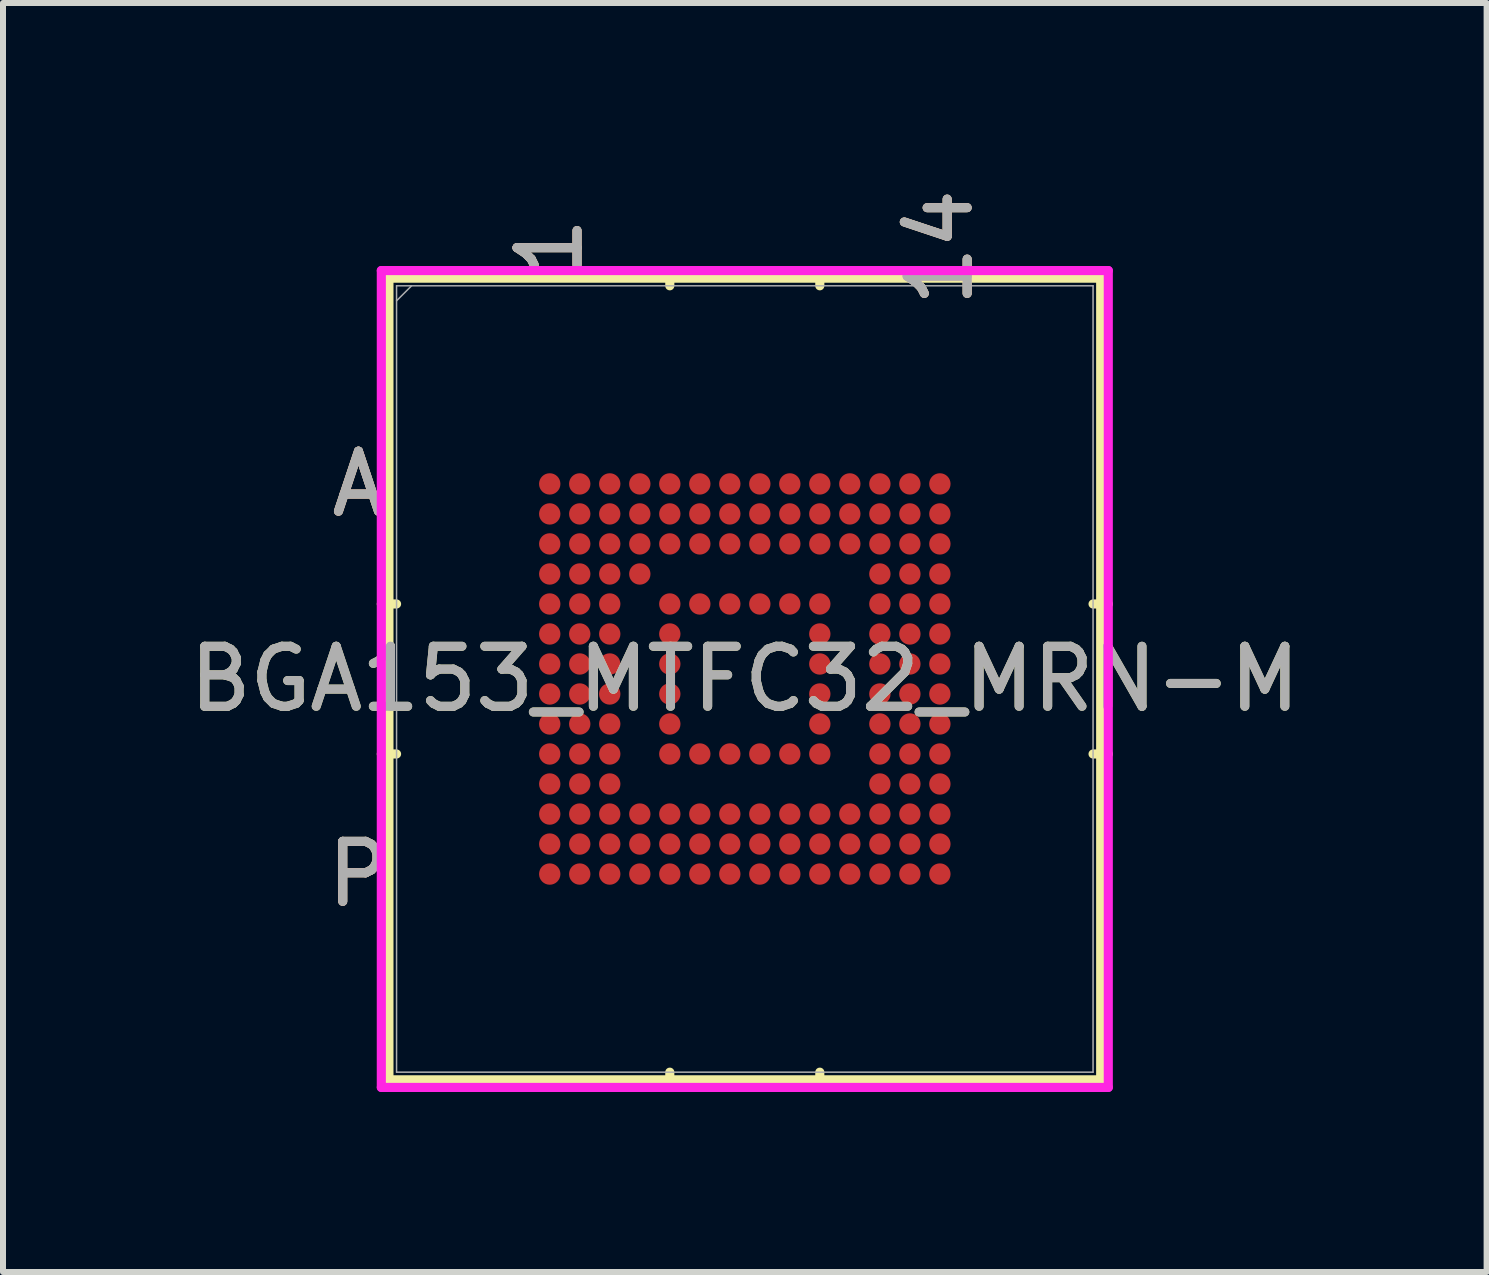
<source format=kicad_pcb>
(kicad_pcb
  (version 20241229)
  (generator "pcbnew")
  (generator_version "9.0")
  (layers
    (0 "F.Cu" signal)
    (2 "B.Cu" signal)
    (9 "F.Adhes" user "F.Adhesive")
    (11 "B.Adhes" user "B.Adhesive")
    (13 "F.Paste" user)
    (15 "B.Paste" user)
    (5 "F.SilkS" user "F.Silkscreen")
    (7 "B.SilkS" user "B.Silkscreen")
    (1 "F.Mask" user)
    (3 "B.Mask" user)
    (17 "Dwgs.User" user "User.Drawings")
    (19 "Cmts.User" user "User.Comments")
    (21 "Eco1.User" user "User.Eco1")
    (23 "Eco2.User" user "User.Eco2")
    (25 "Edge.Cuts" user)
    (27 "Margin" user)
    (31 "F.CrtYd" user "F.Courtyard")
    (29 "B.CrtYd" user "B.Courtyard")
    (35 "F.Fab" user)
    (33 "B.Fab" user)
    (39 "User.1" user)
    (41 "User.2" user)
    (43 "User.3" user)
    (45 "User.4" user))
  (footprint "BGA153_MTFC32_MRN-M"
    (layer "F.Cu")
    (at 9.363 8.266)
    (property "Reference" "BGA153_MTFC32_MRN-M" (at 0 0 0) (unlocked yes) (layer "F.SilkS") (effects (font (size 1 1) (thickness 0.15))))
    (attr smd)
    (fp_line (start -5.931 -6.68) (end -5.931 6.68) (stroke (width 0.152) (type solid)) (layer "F.SilkS"))
    (fp_line (start -5.931 6.68) (end 5.931 6.68) (stroke (width 0.152) (type solid)) (layer "F.SilkS"))
    (fp_line (start -5.804 -1.25) (end -6.058 -1.25) (stroke (width 0.152) (type solid)) (layer "F.SilkS"))
    (fp_line (start -5.804 1.25) (end -6.058 1.25) (stroke (width 0.152) (type solid)) (layer "F.SilkS"))
    (fp_line (start -1.25 -6.553) (end -1.25 -6.807) (stroke (width 0.152) (type solid)) (layer "F.SilkS"))
    (fp_line (start -1.25 6.553) (end -1.25 6.807) (stroke (width 0.152) (type solid)) (layer "F.SilkS"))
    (fp_line (start 1.25 -6.553) (end 1.25 -6.807) (stroke (width 0.152) (type solid)) (layer "F.SilkS"))
    (fp_line (start 1.25 6.553) (end 1.25 6.807) (stroke (width 0.152) (type solid)) (layer "F.SilkS"))
    (fp_line (start 5.804 -1.25) (end 6.058 -1.25) (stroke (width 0.152) (type solid)) (layer "F.SilkS"))
    (fp_line (start 5.804 1.25) (end 6.058 1.25) (stroke (width 0.152) (type solid)) (layer "F.SilkS"))
    (fp_line (start 5.931 -6.68) (end -5.931 -6.68) (stroke (width 0.152) (type solid)) (layer "F.SilkS"))
    (fp_line (start 5.931 6.68) (end 5.931 -6.68) (stroke (width 0.152) (type solid)) (layer "F.SilkS"))
    (fp_poly (pts (xy -3.945 -3.945) (xy 3.945 -3.945) (xy 3.945 3.945) (xy -3.945 3.945)) (stroke (width 0.1) (type solid)) (fill no) (layer "Eco2.User"))
    (fp_line (start -6.058 -6.807) (end 6.058 -6.807) (stroke (width 0.152) (type solid)) (layer "F.CrtYd"))
    (fp_line (start -6.058 6.807) (end -6.058 -6.807) (stroke (width 0.152) (type solid)) (layer "F.CrtYd"))
    (fp_line (start 6.058 -6.807) (end 6.058 6.807) (stroke (width 0.152) (type solid)) (layer "F.CrtYd"))
    (fp_line (start 6.058 6.807) (end -6.058 6.807) (stroke (width 0.152) (type solid)) (layer "F.CrtYd"))
    (fp_line (start -5.804 -6.553) (end -5.804 6.553) (stroke (width 0.025) (type solid)) (layer "F.Fab"))
    (fp_line (start -5.804 6.553) (end 5.804 6.553) (stroke (width 0.025) (type solid)) (layer "F.Fab"))
    (fp_line (start -5.554 -6.553) (end -5.804 -6.303) (stroke (width 0.025) (type solid)) (layer "F.Fab"))
    (fp_line (start 5.804 -6.553) (end -5.804 -6.553) (stroke (width 0.025) (type solid)) (layer "F.Fab"))
    (fp_line (start 5.804 6.553) (end 5.804 -6.553) (stroke (width 0.025) (type solid)) (layer "F.Fab"))
    (fp_text user "P" (at -6.439 3.251 0) (unlocked yes) (layer "F.SilkS") (effects (font (size 1 1) (thickness 0.15))))
    (fp_text user "1" (at -3.251 -7.188 90) (unlocked yes) (layer "F.SilkS") (effects (font (size 1 1) (thickness 0.15))))
    (fp_text user "14" (at 3.251 -7.188 90) (unlocked yes) (layer "F.SilkS") (effects (font (size 1 1) (thickness 0.15))))
    (fp_text user "A" (at -6.439 -3.251 0) (unlocked yes) (layer "F.SilkS") (effects (font (size 1 1) (thickness 0.15))))
    (fp_text user "P" (at -6.439 3.251 0) (unlocked yes) (layer "B.SilkS") (effects (font (size 1 1) (thickness 0.15))))
    (fp_text user "1" (at -3.251 -7.188 90) (unlocked yes) (layer "B.SilkS") (effects (font (size 1 1) (thickness 0.15))))
    (fp_text user "A" (at -6.439 -3.251 0) (unlocked yes) (layer "B.SilkS") (effects (font (size 1 1) (thickness 0.15))))
    (fp_text user "14" (at 3.251 -7.188 90) (unlocked yes) (layer "B.SilkS") (effects (font (size 1 1) (thickness 0.15))))
    (fp_text user "1" (at -3.251 -7.188 90) (unlocked yes) (layer "F.Fab") (effects (font (size 1 1) (thickness 0.15))))
    (fp_text user "14" (at 3.251 -7.188 90) (unlocked yes) (layer "F.Fab") (effects (font (size 1 1) (thickness 0.15))))
    (fp_text user "${REFERENCE}" (at 0 0 0) (unlocked yes) (layer "F.Fab") (effects (font (size 1 1) (thickness 0.15))))
    (fp_text user "A" (at -6.439 -3.251 0) (unlocked yes) (layer "F.Fab") (effects (font (size 1 1) (thickness 0.15))))
    (fp_text user "P" (at -6.439 3.251 0) (unlocked yes) (layer "F.Fab") (effects (font (size 1 1) (thickness 0.15))))
    (pad "A1" smd circle (at -3.251 -3.251) (size 0.356 0.356) (layers "F.Cu" "F.Mask" "F.Paste"))
    (pad "A2" smd circle (at -2.751 -3.251) (size 0.356 0.356) (layers "F.Cu" "F.Mask" "F.Paste"))
    (pad "A3" smd circle (at -2.251 -3.251) (size 0.356 0.356) (layers "F.Cu" "F.Mask" "F.Paste"))
    (pad "A4" smd circle (at -1.75 -3.251) (size 0.356 0.356) (layers "F.Cu" "F.Mask" "F.Paste"))
    (pad "A5" smd circle (at -1.25 -3.251) (size 0.356 0.356) (layers "F.Cu" "F.Mask" "F.Paste"))
    (pad "A6" smd circle (at -0.75 -3.251) (size 0.356 0.356) (layers "F.Cu" "F.Mask" "F.Paste"))
    (pad "A7" smd circle (at -0.25 -3.251) (size 0.356 0.356) (layers "F.Cu" "F.Mask" "F.Paste"))
    (pad "A8" smd circle (at 0.25 -3.251) (size 0.356 0.356) (layers "F.Cu" "F.Mask" "F.Paste"))
    (pad "A9" smd circle (at 0.75 -3.251) (size 0.356 0.356) (layers "F.Cu" "F.Mask" "F.Paste"))
    (pad "A10" smd circle (at 1.25 -3.251) (size 0.356 0.356) (layers "F.Cu" "F.Mask" "F.Paste"))
    (pad "A11" smd circle (at 1.75 -3.251) (size 0.356 0.356) (layers "F.Cu" "F.Mask" "F.Paste"))
    (pad "A12" smd circle (at 2.251 -3.251) (size 0.356 0.356) (layers "F.Cu" "F.Mask" "F.Paste"))
    (pad "A13" smd circle (at 2.751 -3.251) (size 0.356 0.356) (layers "F.Cu" "F.Mask" "F.Paste"))
    (pad "A14" smd circle (at 3.251 -3.251) (size 0.356 0.356) (layers "F.Cu" "F.Mask" "F.Paste"))
    (pad "B1" smd circle (at -3.251 -2.751) (size 0.356 0.356) (layers "F.Cu" "F.Mask" "F.Paste"))
    (pad "B2" smd circle (at -2.751 -2.751) (size 0.356 0.356) (layers "F.Cu" "F.Mask" "F.Paste"))
    (pad "B3" smd circle (at -2.251 -2.751) (size 0.356 0.356) (layers "F.Cu" "F.Mask" "F.Paste"))
    (pad "B4" smd circle (at -1.75 -2.751) (size 0.356 0.356) (layers "F.Cu" "F.Mask" "F.Paste"))
    (pad "B5" smd circle (at -1.25 -2.751) (size 0.356 0.356) (layers "F.Cu" "F.Mask" "F.Paste"))
    (pad "B6" smd circle (at -0.75 -2.751) (size 0.356 0.356) (layers "F.Cu" "F.Mask" "F.Paste"))
    (pad "B7" smd circle (at -0.25 -2.751) (size 0.356 0.356) (layers "F.Cu" "F.Mask" "F.Paste"))
    (pad "B8" smd circle (at 0.25 -2.751) (size 0.356 0.356) (layers "F.Cu" "F.Mask" "F.Paste"))
    (pad "B9" smd circle (at 0.75 -2.751) (size 0.356 0.356) (layers "F.Cu" "F.Mask" "F.Paste"))
    (pad "B10" smd circle (at 1.25 -2.751) (size 0.356 0.356) (layers "F.Cu" "F.Mask" "F.Paste"))
    (pad "B11" smd circle (at 1.75 -2.751) (size 0.356 0.356) (layers "F.Cu" "F.Mask" "F.Paste"))
    (pad "B12" smd circle (at 2.251 -2.751) (size 0.356 0.356) (layers "F.Cu" "F.Mask" "F.Paste"))
    (pad "B13" smd circle (at 2.751 -2.751) (size 0.356 0.356) (layers "F.Cu" "F.Mask" "F.Paste"))
    (pad "B14" smd circle (at 3.251 -2.751) (size 0.356 0.356) (layers "F.Cu" "F.Mask" "F.Paste"))
    (pad "C1" smd circle (at -3.251 -2.251) (size 0.356 0.356) (layers "F.Cu" "F.Mask" "F.Paste"))
    (pad "C2" smd circle (at -2.751 -2.251) (size 0.356 0.356) (layers "F.Cu" "F.Mask" "F.Paste"))
    (pad "C3" smd circle (at -2.251 -2.251) (size 0.356 0.356) (layers "F.Cu" "F.Mask" "F.Paste"))
    (pad "C4" smd circle (at -1.75 -2.251) (size 0.356 0.356) (layers "F.Cu" "F.Mask" "F.Paste"))
    (pad "C5" smd circle (at -1.25 -2.251) (size 0.356 0.356) (layers "F.Cu" "F.Mask" "F.Paste"))
    (pad "C6" smd circle (at -0.75 -2.251) (size 0.356 0.356) (layers "F.Cu" "F.Mask" "F.Paste"))
    (pad "C7" smd circle (at -0.25 -2.251) (size 0.356 0.356) (layers "F.Cu" "F.Mask" "F.Paste"))
    (pad "C8" smd circle (at 0.25 -2.251) (size 0.356 0.356) (layers "F.Cu" "F.Mask" "F.Paste"))
    (pad "C9" smd circle (at 0.75 -2.251) (size 0.356 0.356) (layers "F.Cu" "F.Mask" "F.Paste"))
    (pad "C10" smd circle (at 1.25 -2.251) (size 0.356 0.356) (layers "F.Cu" "F.Mask" "F.Paste"))
    (pad "C11" smd circle (at 1.75 -2.251) (size 0.356 0.356) (layers "F.Cu" "F.Mask" "F.Paste"))
    (pad "C12" smd circle (at 2.251 -2.251) (size 0.356 0.356) (layers "F.Cu" "F.Mask" "F.Paste"))
    (pad "C13" smd circle (at 2.751 -2.251) (size 0.356 0.356) (layers "F.Cu" "F.Mask" "F.Paste"))
    (pad "C14" smd circle (at 3.251 -2.251) (size 0.356 0.356) (layers "F.Cu" "F.Mask" "F.Paste"))
    (pad "D1" smd circle (at -3.251 -1.75) (size 0.356 0.356) (layers "F.Cu" "F.Mask" "F.Paste"))
    (pad "D2" smd circle (at -2.751 -1.75) (size 0.356 0.356) (layers "F.Cu" "F.Mask" "F.Paste"))
    (pad "D3" smd circle (at -2.251 -1.75) (size 0.356 0.356) (layers "F.Cu" "F.Mask" "F.Paste"))
    (pad "D4" smd circle (at -1.75 -1.75) (size 0.356 0.356) (layers "F.Cu" "F.Mask" "F.Paste"))
    (pad "D12" smd circle (at 2.251 -1.75) (size 0.356 0.356) (layers "F.Cu" "F.Mask" "F.Paste"))
    (pad "D13" smd circle (at 2.751 -1.75) (size 0.356 0.356) (layers "F.Cu" "F.Mask" "F.Paste"))
    (pad "D14" smd circle (at 3.251 -1.75) (size 0.356 0.356) (layers "F.Cu" "F.Mask" "F.Paste"))
    (pad "E1" smd circle (at -3.251 -1.25) (size 0.356 0.356) (layers "F.Cu" "F.Mask" "F.Paste"))
    (pad "E2" smd circle (at -2.751 -1.25) (size 0.356 0.356) (layers "F.Cu" "F.Mask" "F.Paste"))
    (pad "E3" smd circle (at -2.251 -1.25) (size 0.356 0.356) (layers "F.Cu" "F.Mask" "F.Paste"))
    (pad "E5" smd circle (at -1.25 -1.25) (size 0.356 0.356) (layers "F.Cu" "F.Mask" "F.Paste"))
    (pad "E6" smd circle (at -0.75 -1.25) (size 0.356 0.356) (layers "F.Cu" "F.Mask" "F.Paste"))
    (pad "E7" smd circle (at -0.25 -1.25) (size 0.356 0.356) (layers "F.Cu" "F.Mask" "F.Paste"))
    (pad "E8" smd circle (at 0.25 -1.25) (size 0.356 0.356) (layers "F.Cu" "F.Mask" "F.Paste"))
    (pad "E9" smd circle (at 0.75 -1.25) (size 0.356 0.356) (layers "F.Cu" "F.Mask" "F.Paste"))
    (pad "E10" smd circle (at 1.25 -1.25) (size 0.356 0.356) (layers "F.Cu" "F.Mask" "F.Paste"))
    (pad "E12" smd circle (at 2.251 -1.25) (size 0.356 0.356) (layers "F.Cu" "F.Mask" "F.Paste"))
    (pad "E13" smd circle (at 2.751 -1.25) (size 0.356 0.356) (layers "F.Cu" "F.Mask" "F.Paste"))
    (pad "E14" smd circle (at 3.251 -1.25) (size 0.356 0.356) (layers "F.Cu" "F.Mask" "F.Paste"))
    (pad "F1" smd circle (at -3.251 -0.75) (size 0.356 0.356) (layers "F.Cu" "F.Mask" "F.Paste"))
    (pad "F2" smd circle (at -2.751 -0.75) (size 0.356 0.356) (layers "F.Cu" "F.Mask" "F.Paste"))
    (pad "F3" smd circle (at -2.251 -0.75) (size 0.356 0.356) (layers "F.Cu" "F.Mask" "F.Paste"))
    (pad "F5" smd circle (at -1.25 -0.75) (size 0.356 0.356) (layers "F.Cu" "F.Mask" "F.Paste"))
    (pad "F10" smd circle (at 1.25 -0.75) (size 0.356 0.356) (layers "F.Cu" "F.Mask" "F.Paste"))
    (pad "F12" smd circle (at 2.251 -0.75) (size 0.356 0.356) (layers "F.Cu" "F.Mask" "F.Paste"))
    (pad "F13" smd circle (at 2.751 -0.75) (size 0.356 0.356) (layers "F.Cu" "F.Mask" "F.Paste"))
    (pad "F14" smd circle (at 3.251 -0.75) (size 0.356 0.356) (layers "F.Cu" "F.Mask" "F.Paste"))
    (pad "G1" smd circle (at -3.251 -0.25) (size 0.356 0.356) (layers "F.Cu" "F.Mask" "F.Paste"))
    (pad "G2" smd circle (at -2.751 -0.25) (size 0.356 0.356) (layers "F.Cu" "F.Mask" "F.Paste"))
    (pad "G3" smd circle (at -2.251 -0.25) (size 0.356 0.356) (layers "F.Cu" "F.Mask" "F.Paste"))
    (pad "G5" smd circle (at -1.25 -0.25) (size 0.356 0.356) (layers "F.Cu" "F.Mask" "F.Paste"))
    (pad "G10" smd circle (at 1.25 -0.25) (size 0.356 0.356) (layers "F.Cu" "F.Mask" "F.Paste"))
    (pad "G12" smd circle (at 2.251 -0.25) (size 0.356 0.356) (layers "F.Cu" "F.Mask" "F.Paste"))
    (pad "G13" smd circle (at 2.751 -0.25) (size 0.356 0.356) (layers "F.Cu" "F.Mask" "F.Paste"))
    (pad "G14" smd circle (at 3.251 -0.25) (size 0.356 0.356) (layers "F.Cu" "F.Mask" "F.Paste"))
    (pad "H1" smd circle (at -3.251 0.25) (size 0.356 0.356) (layers "F.Cu" "F.Mask" "F.Paste"))
    (pad "H2" smd circle (at -2.751 0.25) (size 0.356 0.356) (layers "F.Cu" "F.Mask" "F.Paste"))
    (pad "H3" smd circle (at -2.251 0.25) (size 0.356 0.356) (layers "F.Cu" "F.Mask" "F.Paste"))
    (pad "H5" smd circle (at -1.25 0.25) (size 0.356 0.356) (layers "F.Cu" "F.Mask" "F.Paste"))
    (pad "H10" smd circle (at 1.25 0.25) (size 0.356 0.356) (layers "F.Cu" "F.Mask" "F.Paste"))
    (pad "H12" smd circle (at 2.251 0.25) (size 0.356 0.356) (layers "F.Cu" "F.Mask" "F.Paste"))
    (pad "H13" smd circle (at 2.751 0.25) (size 0.356 0.356) (layers "F.Cu" "F.Mask" "F.Paste"))
    (pad "H14" smd circle (at 3.251 0.25) (size 0.356 0.356) (layers "F.Cu" "F.Mask" "F.Paste"))
    (pad "J1" smd circle (at -3.251 0.75) (size 0.356 0.356) (layers "F.Cu" "F.Mask" "F.Paste"))
    (pad "J2" smd circle (at -2.751 0.75) (size 0.356 0.356) (layers "F.Cu" "F.Mask" "F.Paste"))
    (pad "J3" smd circle (at -2.251 0.75) (size 0.356 0.356) (layers "F.Cu" "F.Mask" "F.Paste"))
    (pad "J5" smd circle (at -1.25 0.75) (size 0.356 0.356) (layers "F.Cu" "F.Mask" "F.Paste"))
    (pad "J10" smd circle (at 1.25 0.75) (size 0.356 0.356) (layers "F.Cu" "F.Mask" "F.Paste"))
    (pad "J12" smd circle (at 2.251 0.75) (size 0.356 0.356) (layers "F.Cu" "F.Mask" "F.Paste"))
    (pad "J13" smd circle (at 2.751 0.75) (size 0.356 0.356) (layers "F.Cu" "F.Mask" "F.Paste"))
    (pad "J14" smd circle (at 3.251 0.75) (size 0.356 0.356) (layers "F.Cu" "F.Mask" "F.Paste"))
    (pad "K1" smd circle (at -3.251 1.25) (size 0.356 0.356) (layers "F.Cu" "F.Mask" "F.Paste"))
    (pad "K2" smd circle (at -2.751 1.25) (size 0.356 0.356) (layers "F.Cu" "F.Mask" "F.Paste"))
    (pad "K3" smd circle (at -2.251 1.25) (size 0.356 0.356) (layers "F.Cu" "F.Mask" "F.Paste"))
    (pad "K5" smd circle (at -1.25 1.25) (size 0.356 0.356) (layers "F.Cu" "F.Mask" "F.Paste"))
    (pad "K6" smd circle (at -0.75 1.25) (size 0.356 0.356) (layers "F.Cu" "F.Mask" "F.Paste"))
    (pad "K7" smd circle (at -0.25 1.25) (size 0.356 0.356) (layers "F.Cu" "F.Mask" "F.Paste"))
    (pad "K8" smd circle (at 0.25 1.25) (size 0.356 0.356) (layers "F.Cu" "F.Mask" "F.Paste"))
    (pad "K9" smd circle (at 0.75 1.25) (size 0.356 0.356) (layers "F.Cu" "F.Mask" "F.Paste"))
    (pad "K10" smd circle (at 1.25 1.25) (size 0.356 0.356) (layers "F.Cu" "F.Mask" "F.Paste"))
    (pad "K12" smd circle (at 2.251 1.25) (size 0.356 0.356) (layers "F.Cu" "F.Mask" "F.Paste"))
    (pad "K13" smd circle (at 2.751 1.25) (size 0.356 0.356) (layers "F.Cu" "F.Mask" "F.Paste"))
    (pad "K14" smd circle (at 3.251 1.25) (size 0.356 0.356) (layers "F.Cu" "F.Mask" "F.Paste"))
    (pad "L1" smd circle (at -3.251 1.75) (size 0.356 0.356) (layers "F.Cu" "F.Mask" "F.Paste"))
    (pad "L2" smd circle (at -2.751 1.75) (size 0.356 0.356) (layers "F.Cu" "F.Mask" "F.Paste"))
    (pad "L3" smd circle (at -2.251 1.75) (size 0.356 0.356) (layers "F.Cu" "F.Mask" "F.Paste"))
    (pad "L12" smd circle (at 2.251 1.75) (size 0.356 0.356) (layers "F.Cu" "F.Mask" "F.Paste"))
    (pad "L13" smd circle (at 2.751 1.75) (size 0.356 0.356) (layers "F.Cu" "F.Mask" "F.Paste"))
    (pad "L14" smd circle (at 3.251 1.75) (size 0.356 0.356) (layers "F.Cu" "F.Mask" "F.Paste"))
    (pad "M1" smd circle (at -3.251 2.251) (size 0.356 0.356) (layers "F.Cu" "F.Mask" "F.Paste"))
    (pad "M2" smd circle (at -2.751 2.251) (size 0.356 0.356) (layers "F.Cu" "F.Mask" "F.Paste"))
    (pad "M3" smd circle (at -2.251 2.251) (size 0.356 0.356) (layers "F.Cu" "F.Mask" "F.Paste"))
    (pad "M4" smd circle (at -1.75 2.251) (size 0.356 0.356) (layers "F.Cu" "F.Mask" "F.Paste"))
    (pad "M5" smd circle (at -1.25 2.251) (size 0.356 0.356) (layers "F.Cu" "F.Mask" "F.Paste"))
    (pad "M6" smd circle (at -0.75 2.251) (size 0.356 0.356) (layers "F.Cu" "F.Mask" "F.Paste"))
    (pad "M7" smd circle (at -0.25 2.251) (size 0.356 0.356) (layers "F.Cu" "F.Mask" "F.Paste"))
    (pad "M8" smd circle (at 0.25 2.251) (size 0.356 0.356) (layers "F.Cu" "F.Mask" "F.Paste"))
    (pad "M9" smd circle (at 0.75 2.251) (size 0.356 0.356) (layers "F.Cu" "F.Mask" "F.Paste"))
    (pad "M10" smd circle (at 1.25 2.251) (size 0.356 0.356) (layers "F.Cu" "F.Mask" "F.Paste"))
    (pad "M11" smd circle (at 1.75 2.251) (size 0.356 0.356) (layers "F.Cu" "F.Mask" "F.Paste"))
    (pad "M12" smd circle (at 2.251 2.251) (size 0.356 0.356) (layers "F.Cu" "F.Mask" "F.Paste"))
    (pad "M13" smd circle (at 2.751 2.251) (size 0.356 0.356) (layers "F.Cu" "F.Mask" "F.Paste"))
    (pad "M14" smd circle (at 3.251 2.251) (size 0.356 0.356) (layers "F.Cu" "F.Mask" "F.Paste"))
    (pad "N1" smd circle (at -3.251 2.751) (size 0.356 0.356) (layers "F.Cu" "F.Mask" "F.Paste"))
    (pad "N2" smd circle (at -2.751 2.751) (size 0.356 0.356) (layers "F.Cu" "F.Mask" "F.Paste"))
    (pad "N3" smd circle (at -2.251 2.751) (size 0.356 0.356) (layers "F.Cu" "F.Mask" "F.Paste"))
    (pad "N4" smd circle (at -1.75 2.751) (size 0.356 0.356) (layers "F.Cu" "F.Mask" "F.Paste"))
    (pad "N5" smd circle (at -1.25 2.751) (size 0.356 0.356) (layers "F.Cu" "F.Mask" "F.Paste"))
    (pad "N6" smd circle (at -0.75 2.751) (size 0.356 0.356) (layers "F.Cu" "F.Mask" "F.Paste"))
    (pad "N7" smd circle (at -0.25 2.751) (size 0.356 0.356) (layers "F.Cu" "F.Mask" "F.Paste"))
    (pad "N8" smd circle (at 0.25 2.751) (size 0.356 0.356) (layers "F.Cu" "F.Mask" "F.Paste"))
    (pad "N9" smd circle (at 0.75 2.751) (size 0.356 0.356) (layers "F.Cu" "F.Mask" "F.Paste"))
    (pad "N10" smd circle (at 1.25 2.751) (size 0.356 0.356) (layers "F.Cu" "F.Mask" "F.Paste"))
    (pad "N11" smd circle (at 1.75 2.751) (size 0.356 0.356) (layers "F.Cu" "F.Mask" "F.Paste"))
    (pad "N12" smd circle (at 2.251 2.751) (size 0.356 0.356) (layers "F.Cu" "F.Mask" "F.Paste"))
    (pad "N13" smd circle (at 2.751 2.751) (size 0.356 0.356) (layers "F.Cu" "F.Mask" "F.Paste"))
    (pad "N14" smd circle (at 3.251 2.751) (size 0.356 0.356) (layers "F.Cu" "F.Mask" "F.Paste"))
    (pad "P1" smd circle (at -3.251 3.251) (size 0.356 0.356) (layers "F.Cu" "F.Mask" "F.Paste"))
    (pad "P2" smd circle (at -2.751 3.251) (size 0.356 0.356) (layers "F.Cu" "F.Mask" "F.Paste"))
    (pad "P3" smd circle (at -2.251 3.251) (size 0.356 0.356) (layers "F.Cu" "F.Mask" "F.Paste"))
    (pad "P4" smd circle (at -1.75 3.251) (size 0.356 0.356) (layers "F.Cu" "F.Mask" "F.Paste"))
    (pad "P5" smd circle (at -1.25 3.251) (size 0.356 0.356) (layers "F.Cu" "F.Mask" "F.Paste"))
    (pad "P6" smd circle (at -0.75 3.251) (size 0.356 0.356) (layers "F.Cu" "F.Mask" "F.Paste"))
    (pad "P7" smd circle (at -0.25 3.251) (size 0.356 0.356) (layers "F.Cu" "F.Mask" "F.Paste"))
    (pad "P8" smd circle (at 0.25 3.251) (size 0.356 0.356) (layers "F.Cu" "F.Mask" "F.Paste"))
    (pad "P9" smd circle (at 0.75 3.251) (size 0.356 0.356) (layers "F.Cu" "F.Mask" "F.Paste"))
    (pad "P10" smd circle (at 1.25 3.251) (size 0.356 0.356) (layers "F.Cu" "F.Mask" "F.Paste"))
    (pad "P11" smd circle (at 1.75 3.251) (size 0.356 0.356) (layers "F.Cu" "F.Mask" "F.Paste"))
    (pad "P12" smd circle (at 2.251 3.251) (size 0.356 0.356) (layers "F.Cu" "F.Mask" "F.Paste"))
    (pad "P13" smd circle (at 2.751 3.251) (size 0.356 0.356) (layers "F.Cu" "F.Mask" "F.Paste"))
    (pad "P14" smd circle (at 3.251 3.251) (size 0.356 0.356) (layers "F.Cu" "F.Mask" "F.Paste")))
  (gr_rect
    (start -3 -3)
    (end 21.726 18.149)
    (stroke (width 0.1) (type default))
    (fill no)
    (layer "Edge.Cuts")))
</source>
